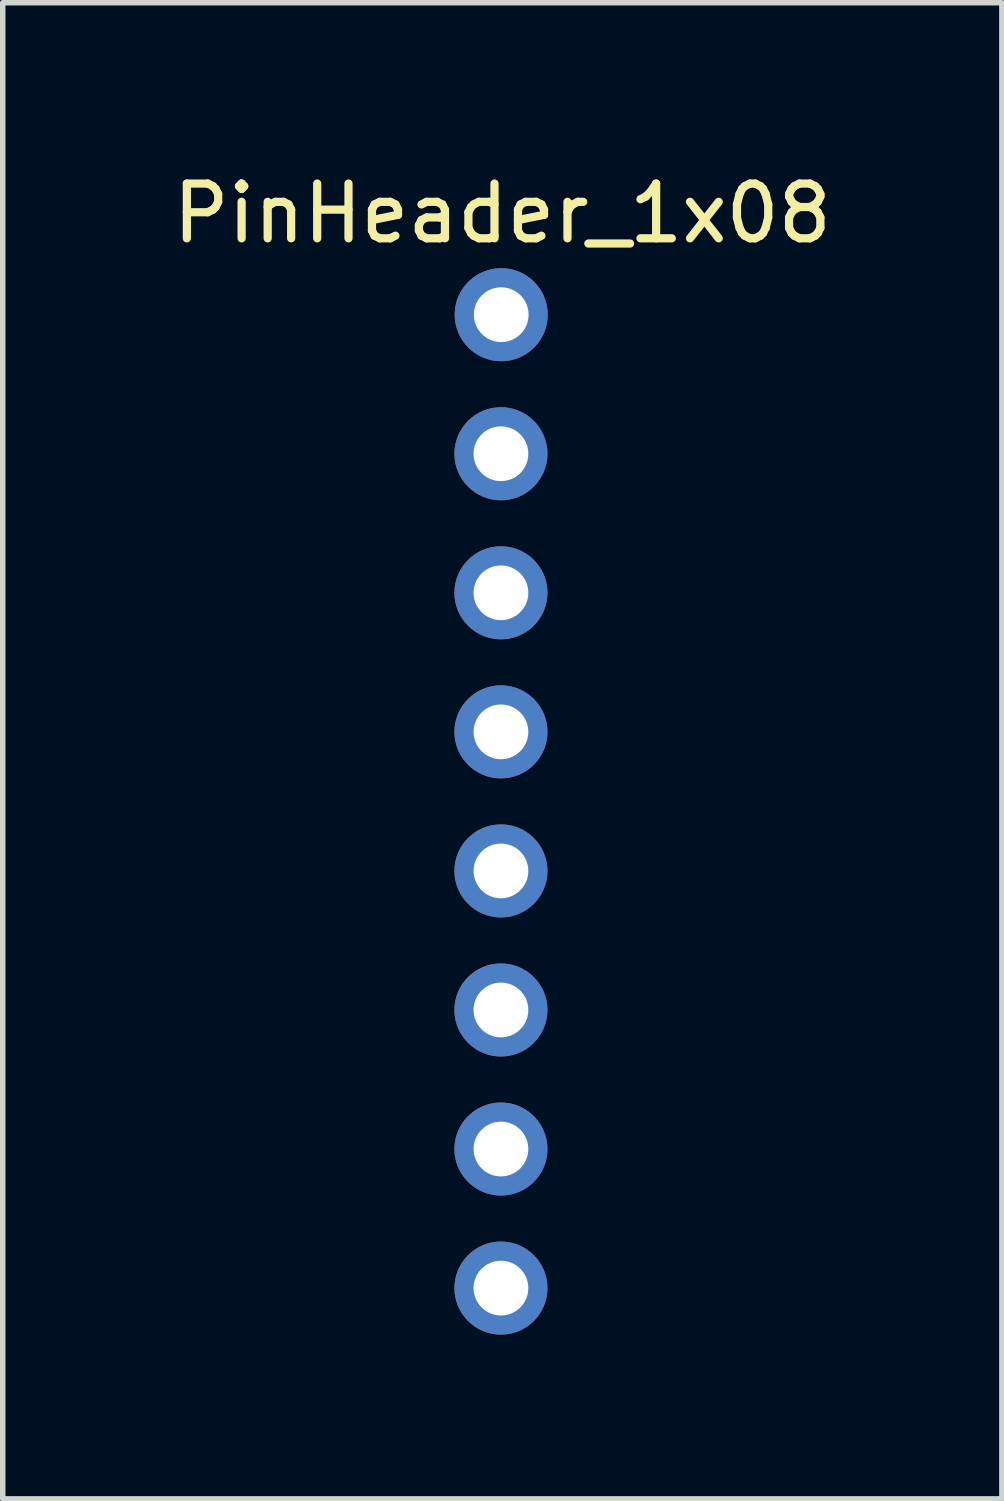
<source format=kicad_pcb>
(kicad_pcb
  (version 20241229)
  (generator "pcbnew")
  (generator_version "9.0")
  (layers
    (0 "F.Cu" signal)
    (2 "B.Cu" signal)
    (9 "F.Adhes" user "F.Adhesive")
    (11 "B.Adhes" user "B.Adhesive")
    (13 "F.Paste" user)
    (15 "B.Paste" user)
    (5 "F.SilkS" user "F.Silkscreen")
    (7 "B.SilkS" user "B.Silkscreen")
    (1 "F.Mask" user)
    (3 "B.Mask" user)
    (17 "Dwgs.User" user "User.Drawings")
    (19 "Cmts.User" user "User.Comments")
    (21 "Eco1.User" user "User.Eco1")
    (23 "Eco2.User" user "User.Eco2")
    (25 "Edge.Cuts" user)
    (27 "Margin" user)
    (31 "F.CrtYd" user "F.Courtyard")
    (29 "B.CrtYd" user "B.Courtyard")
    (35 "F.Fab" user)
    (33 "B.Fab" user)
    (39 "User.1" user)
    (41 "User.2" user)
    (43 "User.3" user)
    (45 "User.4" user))
  (footprint "PinHeader_1x08"
    (layer "F.Cu")
    (at 6.105 2.708)
    (property "Reference" "PinHeader_1x08" (at 0.02 -1.86 0) (layer "F.SilkS") (effects (font (size 1 1) (thickness 0.15))))
    (attr through_hole)
    (pad "1" thru_hole oval (at 0 -0.01) (size 1.7 1.7) (drill 1) (layers "*.Cu" "*.Mask"))
    (pad "2" thru_hole oval (at -0.005 2.53) (size 1.7 1.7) (drill 1) (layers "*.Cu" "*.Mask"))
    (pad "3" thru_hole oval (at -0.005 5.07) (size 1.7 1.7) (drill 1) (layers "*.Cu" "*.Mask"))
    (pad "4" thru_hole oval (at -0.005 7.61) (size 1.7 1.7) (drill 1) (layers "*.Cu" "*.Mask"))
    (pad "5" thru_hole oval (at -0.005 10.15) (size 1.7 1.7) (drill 1) (layers "*.Cu" "*.Mask"))
    (pad "6" thru_hole oval (at -0.005 12.69) (size 1.7 1.7) (drill 1) (layers "*.Cu" "*.Mask"))
    (pad "7" thru_hole oval (at -0.005 15.23) (size 1.7 1.7) (drill 1) (layers "*.Cu" "*.Mask"))
    (pad "8" thru_hole oval (at -0.005 17.77) (size 1.7 1.7) (drill 1) (layers "*.Cu" "*.Mask")))
  (gr_rect
    (start -3 -3)
    (end 15.25 24.328)
    (stroke (width 0.1) (type default))
    (fill no)
    (layer "Edge.Cuts")))
</source>
